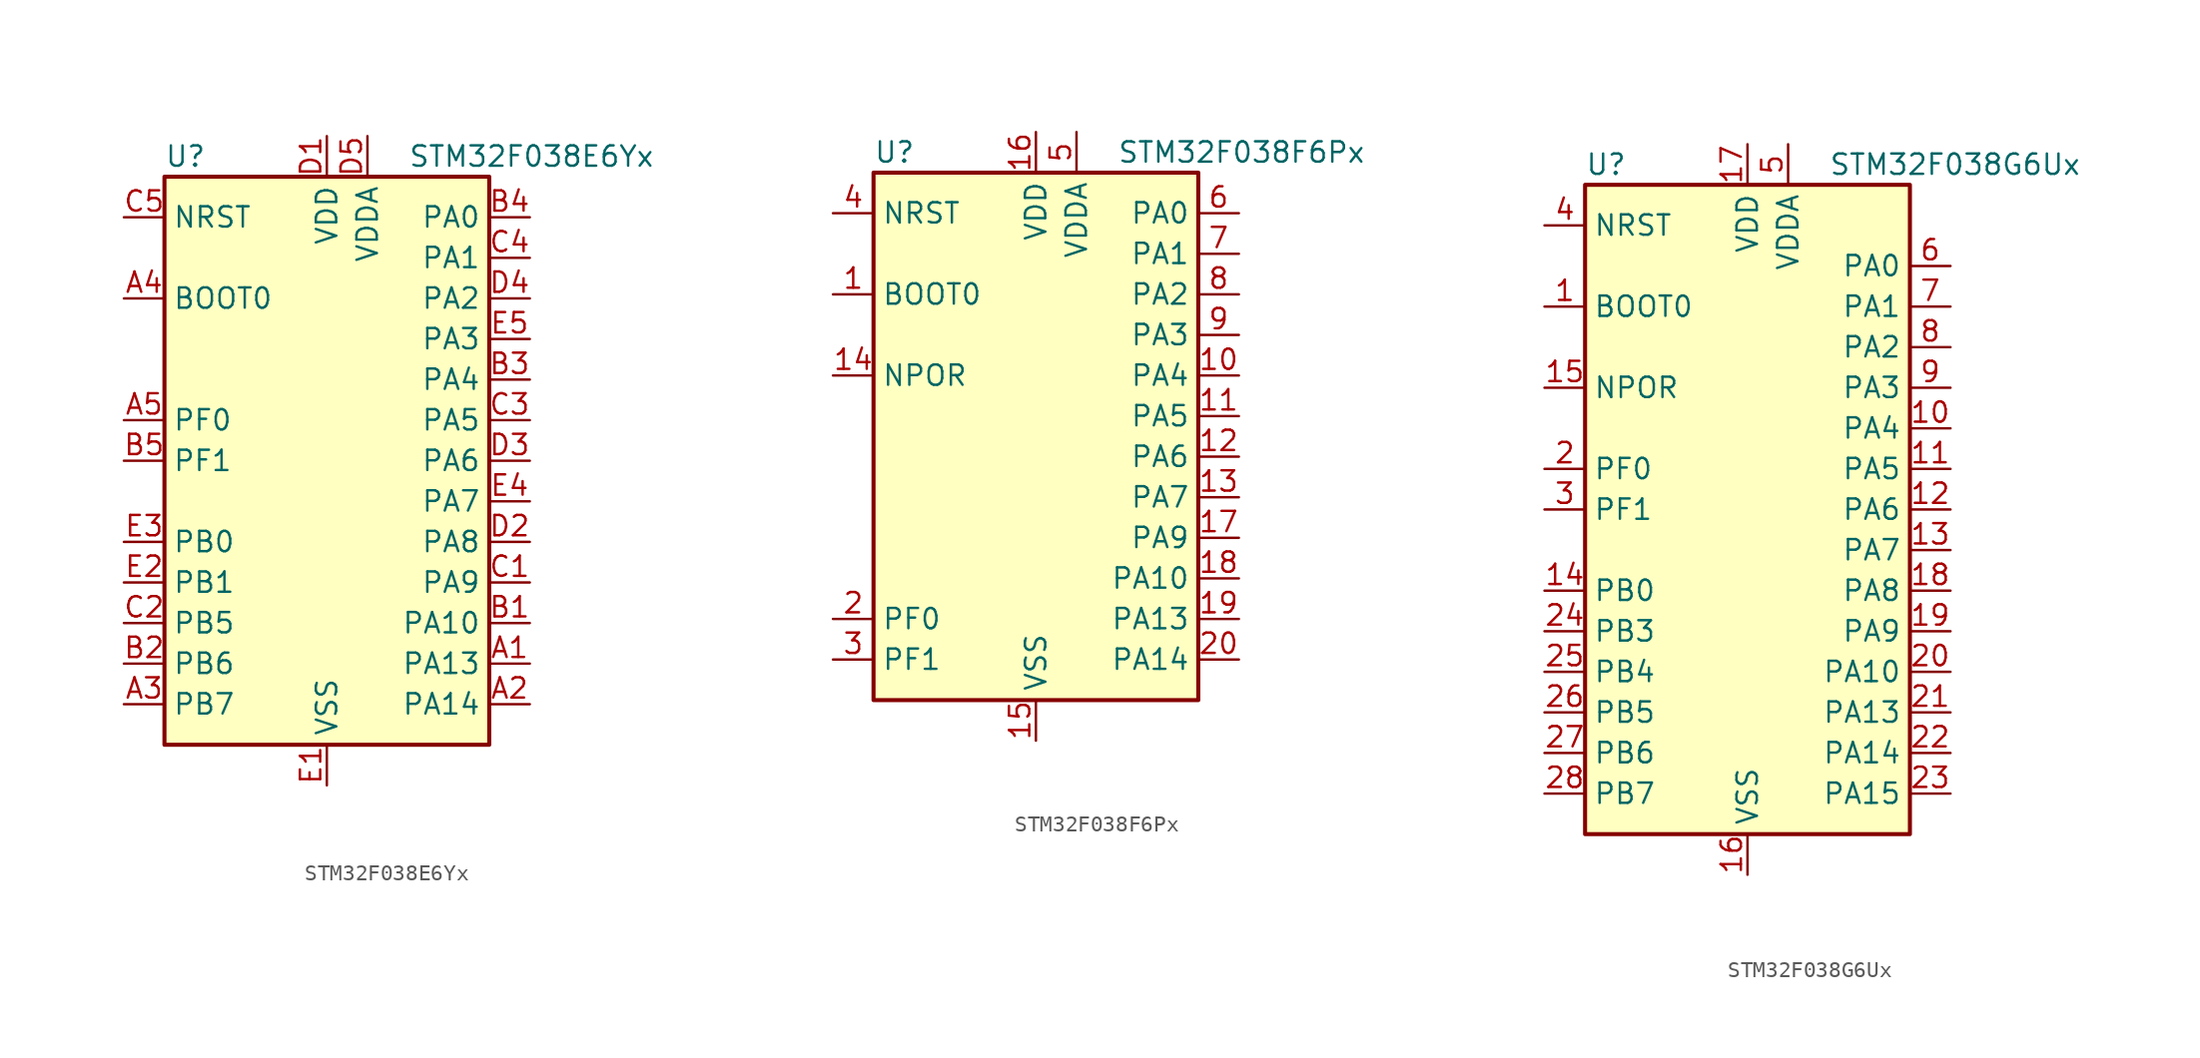
<source format=kicad_sym>
(kicad_symbol_lib
  (version 20211014)
  (generator kicad_symbol_editor)
  (symbol "STM32F038E6Yx"
    (property "Reference" "U"
      (at -10.16 19.05 0)
      (effects (font (size 1.27 1.27)) (justify left)))
    (property "Value" "STM32F038E6Yx"
      (at 5.08 19.05 0)
      (effects (font (size 1.27 1.27)) (justify left)))
    (symbol "STM32F038E6Yx_0_1"
      (rectangle (start -10.16 -17.78) (end 10.16 17.78) (stroke (width 0.254) (type default) (color 0 0 0 0)) (fill (type background))))
    (symbol "STM32F038E6Yx_1_1"
      (pin bidirectional line (at 12.7 -12.7 180) (length 2.54) (name "PA13" (effects (font (size 1.27 1.27)))) (number "A1" (effects (font (size 1.27 1.27)))))
      (pin bidirectional line (at 12.7 -15.24 180) (length 2.54) (name "PA14" (effects (font (size 1.27 1.27)))) (number "A2" (effects (font (size 1.27 1.27)))))
      (pin bidirectional line (at -12.7 -15.24 0) (length 2.54) (name "PB7" (effects (font (size 1.27 1.27)))) (number "A3" (effects (font (size 1.27 1.27)))))
      (pin input line (at -12.7 10.16 0) (length 2.54) (name "BOOT0" (effects (font (size 1.27 1.27)))) (number "A4" (effects (font (size 1.27 1.27)))))
      (pin input line (at -12.7 2.54 0) (length 2.54) (name "PF0" (effects (font (size 1.27 1.27)))) (number "A5" (effects (font (size 1.27 1.27)))))
      (pin bidirectional line (at 12.7 -10.16 180) (length 2.54) (name "PA10" (effects (font (size 1.27 1.27)))) (number "B1" (effects (font (size 1.27 1.27)))))
      (pin bidirectional line (at -12.7 -12.7 0) (length 2.54) (name "PB6" (effects (font (size 1.27 1.27)))) (number "B2" (effects (font (size 1.27 1.27)))))
      (pin bidirectional line (at 12.7 5.08 180) (length 2.54) (name "PA4" (effects (font (size 1.27 1.27)))) (number "B3" (effects (font (size 1.27 1.27)))))
      (pin bidirectional line (at 12.7 15.24 180) (length 2.54) (name "PA0" (effects (font (size 1.27 1.27)))) (number "B4" (effects (font (size 1.27 1.27)))))
      (pin input line (at -12.7 0 0) (length 2.54) (name "PF1" (effects (font (size 1.27 1.27)))) (number "B5" (effects (font (size 1.27 1.27)))))
      (pin bidirectional line (at 12.7 -7.62 180) (length 2.54) (name "PA9" (effects (font (size 1.27 1.27)))) (number "C1" (effects (font (size 1.27 1.27)))))
      (pin bidirectional line (at -12.7 -10.16 0) (length 2.54) (name "PB5" (effects (font (size 1.27 1.27)))) (number "C2" (effects (font (size 1.27 1.27)))))
      (pin bidirectional line (at 12.7 2.54 180) (length 2.54) (name "PA5" (effects (font (size 1.27 1.27)))) (number "C3" (effects (font (size 1.27 1.27)))))
      (pin bidirectional line (at 12.7 12.7 180) (length 2.54) (name "PA1" (effects (font (size 1.27 1.27)))) (number "C4" (effects (font (size 1.27 1.27)))))
      (pin input line (at -12.7 15.24 0) (length 2.54) (name "NRST" (effects (font (size 1.27 1.27)))) (number "C5" (effects (font (size 1.27 1.27)))))
      (pin power_in line (at 0 20.32 270) (length 2.54) (name "VDD" (effects (font (size 1.27 1.27)))) (number "D1" (effects (font (size 1.27 1.27)))))
      (pin bidirectional line (at 12.7 -5.08 180) (length 2.54) (name "PA8" (effects (font (size 1.27 1.27)))) (number "D2" (effects (font (size 1.27 1.27)))))
      (pin bidirectional line (at 12.7 0 180) (length 2.54) (name "PA6" (effects (font (size 1.27 1.27)))) (number "D3" (effects (font (size 1.27 1.27)))))
      (pin bidirectional line (at 12.7 10.16 180) (length 2.54) (name "PA2" (effects (font (size 1.27 1.27)))) (number "D4" (effects (font (size 1.27 1.27)))))
      (pin power_in line (at 2.54 20.32 270) (length 2.54) (name "VDDA" (effects (font (size 1.27 1.27)))) (number "D5" (effects (font (size 1.27 1.27)))))
      (pin power_in line (at 0 -20.32 90) (length 2.54) (name "VSS" (effects (font (size 1.27 1.27)))) (number "E1" (effects (font (size 1.27 1.27)))))
      (pin bidirectional line (at -12.7 -7.62 0) (length 2.54) (name "PB1" (effects (font (size 1.27 1.27)))) (number "E2" (effects (font (size 1.27 1.27)))))
      (pin bidirectional line (at -12.7 -5.08 0) (length 2.54) (name "PB0" (effects (font (size 1.27 1.27)))) (number "E3" (effects (font (size 1.27 1.27)))))
      (pin bidirectional line (at 12.7 -2.54 180) (length 2.54) (name "PA7" (effects (font (size 1.27 1.27)))) (number "E4" (effects (font (size 1.27 1.27)))))
      (pin bidirectional line (at 12.7 7.62 180) (length 2.54) (name "PA3" (effects (font (size 1.27 1.27)))) (number "E5" (effects (font (size 1.27 1.27)))))))
  (symbol "STM32F038F6Px"
    (property "Reference" "U"
      (at -10.16 16.51 0)
      (effects (font (size 1.27 1.27)) (justify left)))
    (property "Value" "STM32F038F6Px"
      (at 5.08 16.51 0)
      (effects (font (size 1.27 1.27)) (justify left)))
    (symbol "STM32F038F6Px_0_1"
      (rectangle (start -10.16 -17.78) (end 10.16 15.24) (stroke (width 0.254) (type default) (color 0 0 0 0)) (fill (type background))))
    (symbol "STM32F038F6Px_1_1"
      (pin input line (at -12.7 7.62 0) (length 2.54) (name "BOOT0" (effects (font (size 1.27 1.27)))) (number "1" (effects (font (size 1.27 1.27)))))
      (pin bidirectional line (at 12.7 2.54 180) (length 2.54) (name "PA4" (effects (font (size 1.27 1.27)))) (number "10" (effects (font (size 1.27 1.27)))))
      (pin bidirectional line (at 12.7 0 180) (length 2.54) (name "PA5" (effects (font (size 1.27 1.27)))) (number "11" (effects (font (size 1.27 1.27)))))
      (pin bidirectional line (at 12.7 -2.54 180) (length 2.54) (name "PA6" (effects (font (size 1.27 1.27)))) (number "12" (effects (font (size 1.27 1.27)))))
      (pin bidirectional line (at 12.7 -5.08 180) (length 2.54) (name "PA7" (effects (font (size 1.27 1.27)))) (number "13" (effects (font (size 1.27 1.27)))))
      (pin power_in line (at -12.7 2.54 0) (length 2.54) (name "NPOR" (effects (font (size 1.27 1.27)))) (number "14" (effects (font (size 1.27 1.27)))))
      (pin power_in line (at 0 -20.32 90) (length 2.54) (name "VSS" (effects (font (size 1.27 1.27)))) (number "15" (effects (font (size 1.27 1.27)))))
      (pin power_in line (at 0 17.78 270) (length 2.54) (name "VDD" (effects (font (size 1.27 1.27)))) (number "16" (effects (font (size 1.27 1.27)))))
      (pin bidirectional line (at 12.7 -7.62 180) (length 2.54) (name "PA9" (effects (font (size 1.27 1.27)))) (number "17" (effects (font (size 1.27 1.27)))))
      (pin bidirectional line (at 12.7 -10.16 180) (length 2.54) (name "PA10" (effects (font (size 1.27 1.27)))) (number "18" (effects (font (size 1.27 1.27)))))
      (pin bidirectional line (at 12.7 -12.7 180) (length 2.54) (name "PA13" (effects (font (size 1.27 1.27)))) (number "19" (effects (font (size 1.27 1.27)))))
      (pin input line (at -12.7 -12.7 0) (length 2.54) (name "PF0" (effects (font (size 1.27 1.27)))) (number "2" (effects (font (size 1.27 1.27)))))
      (pin bidirectional line (at 12.7 -15.24 180) (length 2.54) (name "PA14" (effects (font (size 1.27 1.27)))) (number "20" (effects (font (size 1.27 1.27)))))
      (pin input line (at -12.7 -15.24 0) (length 2.54) (name "PF1" (effects (font (size 1.27 1.27)))) (number "3" (effects (font (size 1.27 1.27)))))
      (pin input line (at -12.7 12.7 0) (length 2.54) (name "NRST" (effects (font (size 1.27 1.27)))) (number "4" (effects (font (size 1.27 1.27)))))
      (pin power_in line (at 2.54 17.78 270) (length 2.54) (name "VDDA" (effects (font (size 1.27 1.27)))) (number "5" (effects (font (size 1.27 1.27)))))
      (pin bidirectional line (at 12.7 12.7 180) (length 2.54) (name "PA0" (effects (font (size 1.27 1.27)))) (number "6" (effects (font (size 1.27 1.27)))))
      (pin bidirectional line (at 12.7 10.16 180) (length 2.54) (name "PA1" (effects (font (size 1.27 1.27)))) (number "7" (effects (font (size 1.27 1.27)))))
      (pin bidirectional line (at 12.7 7.62 180) (length 2.54) (name "PA2" (effects (font (size 1.27 1.27)))) (number "8" (effects (font (size 1.27 1.27)))))
      (pin bidirectional line (at 12.7 5.08 180) (length 2.54) (name "PA3" (effects (font (size 1.27 1.27)))) (number "9" (effects (font (size 1.27 1.27)))))))
  (symbol "STM32F038G6Ux"
    (property "Reference" "U"
      (at -10.16 21.59 0)
      (effects (font (size 1.27 1.27)) (justify left)))
    (property "Value" "STM32F038G6Ux"
      (at 5.08 21.59 0)
      (effects (font (size 1.27 1.27)) (justify left)))
    (symbol "STM32F038G6Ux_0_1"
      (rectangle (start -10.16 -20.32) (end 10.16 20.32) (stroke (width 0.254) (type default) (color 0 0 0 0)) (fill (type background))))
    (symbol "STM32F038G6Ux_1_1"
      (pin input line (at -12.7 12.7 0) (length 2.54) (name "BOOT0" (effects (font (size 1.27 1.27)))) (number "1" (effects (font (size 1.27 1.27)))))
      (pin bidirectional line (at 12.7 5.08 180) (length 2.54) (name "PA4" (effects (font (size 1.27 1.27)))) (number "10" (effects (font (size 1.27 1.27)))))
      (pin bidirectional line (at 12.7 2.54 180) (length 2.54) (name "PA5" (effects (font (size 1.27 1.27)))) (number "11" (effects (font (size 1.27 1.27)))))
      (pin bidirectional line (at 12.7 0 180) (length 2.54) (name "PA6" (effects (font (size 1.27 1.27)))) (number "12" (effects (font (size 1.27 1.27)))))
      (pin bidirectional line (at 12.7 -2.54 180) (length 2.54) (name "PA7" (effects (font (size 1.27 1.27)))) (number "13" (effects (font (size 1.27 1.27)))))
      (pin bidirectional line (at -12.7 -5.08 0) (length 2.54) (name "PB0" (effects (font (size 1.27 1.27)))) (number "14" (effects (font (size 1.27 1.27)))))
      (pin power_in line (at -12.7 7.62 0) (length 2.54) (name "NPOR" (effects (font (size 1.27 1.27)))) (number "15" (effects (font (size 1.27 1.27)))))
      (pin power_in line (at 0 -22.86 90) (length 2.54) (name "VSS" (effects (font (size 1.27 1.27)))) (number "16" (effects (font (size 1.27 1.27)))))
      (pin power_in line (at 0 22.86 270) (length 2.54) (name "VDD" (effects (font (size 1.27 1.27)))) (number "17" (effects (font (size 1.27 1.27)))))
      (pin bidirectional line (at 12.7 -5.08 180) (length 2.54) (name "PA8" (effects (font (size 1.27 1.27)))) (number "18" (effects (font (size 1.27 1.27)))))
      (pin bidirectional line (at 12.7 -7.62 180) (length 2.54) (name "PA9" (effects (font (size 1.27 1.27)))) (number "19" (effects (font (size 1.27 1.27)))))
      (pin input line (at -12.7 2.54 0) (length 2.54) (name "PF0" (effects (font (size 1.27 1.27)))) (number "2" (effects (font (size 1.27 1.27)))))
      (pin bidirectional line (at 12.7 -10.16 180) (length 2.54) (name "PA10" (effects (font (size 1.27 1.27)))) (number "20" (effects (font (size 1.27 1.27)))))
      (pin bidirectional line (at 12.7 -12.7 180) (length 2.54) (name "PA13" (effects (font (size 1.27 1.27)))) (number "21" (effects (font (size 1.27 1.27)))))
      (pin bidirectional line (at 12.7 -15.24 180) (length 2.54) (name "PA14" (effects (font (size 1.27 1.27)))) (number "22" (effects (font (size 1.27 1.27)))))
      (pin bidirectional line (at 12.7 -17.78 180) (length 2.54) (name "PA15" (effects (font (size 1.27 1.27)))) (number "23" (effects (font (size 1.27 1.27)))))
      (pin bidirectional line (at -12.7 -7.62 0) (length 2.54) (name "PB3" (effects (font (size 1.27 1.27)))) (number "24" (effects (font (size 1.27 1.27)))))
      (pin bidirectional line (at -12.7 -10.16 0) (length 2.54) (name "PB4" (effects (font (size 1.27 1.27)))) (number "25" (effects (font (size 1.27 1.27)))))
      (pin bidirectional line (at -12.7 -12.7 0) (length 2.54) (name "PB5" (effects (font (size 1.27 1.27)))) (number "26" (effects (font (size 1.27 1.27)))))
      (pin bidirectional line (at -12.7 -15.24 0) (length 2.54) (name "PB6" (effects (font (size 1.27 1.27)))) (number "27" (effects (font (size 1.27 1.27)))))
      (pin bidirectional line (at -12.7 -17.78 0) (length 2.54) (name "PB7" (effects (font (size 1.27 1.27)))) (number "28" (effects (font (size 1.27 1.27)))))
      (pin input line (at -12.7 0 0) (length 2.54) (name "PF1" (effects (font (size 1.27 1.27)))) (number "3" (effects (font (size 1.27 1.27)))))
      (pin input line (at -12.7 17.78 0) (length 2.54) (name "NRST" (effects (font (size 1.27 1.27)))) (number "4" (effects (font (size 1.27 1.27)))))
      (pin power_in line (at 2.54 22.86 270) (length 2.54) (name "VDDA" (effects (font (size 1.27 1.27)))) (number "5" (effects (font (size 1.27 1.27)))))
      (pin bidirectional line (at 12.7 15.24 180) (length 2.54) (name "PA0" (effects (font (size 1.27 1.27)))) (number "6" (effects (font (size 1.27 1.27)))))
      (pin bidirectional line (at 12.7 12.7 180) (length 2.54) (name "PA1" (effects (font (size 1.27 1.27)))) (number "7" (effects (font (size 1.27 1.27)))))
      (pin bidirectional line (at 12.7 10.16 180) (length 2.54) (name "PA2" (effects (font (size 1.27 1.27)))) (number "8" (effects (font (size 1.27 1.27)))))
      (pin bidirectional line (at 12.7 7.62 180) (length 2.54) (name "PA3" (effects (font (size 1.27 1.27)))) (number "9" (effects (font (size 1.27 1.27))))))))
</source>
